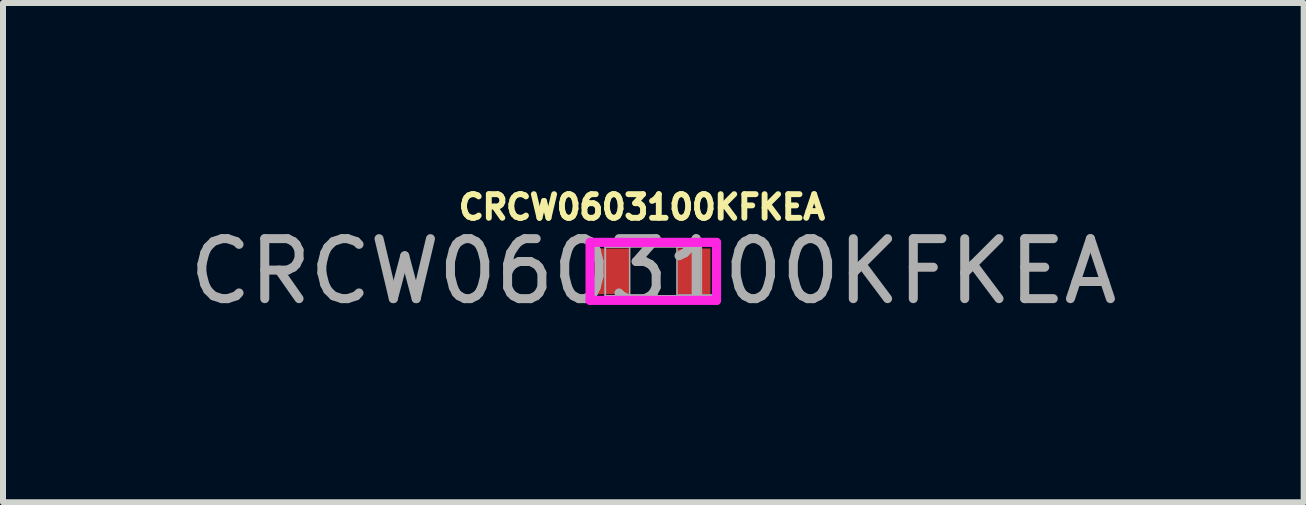
<source format=kicad_pcb>
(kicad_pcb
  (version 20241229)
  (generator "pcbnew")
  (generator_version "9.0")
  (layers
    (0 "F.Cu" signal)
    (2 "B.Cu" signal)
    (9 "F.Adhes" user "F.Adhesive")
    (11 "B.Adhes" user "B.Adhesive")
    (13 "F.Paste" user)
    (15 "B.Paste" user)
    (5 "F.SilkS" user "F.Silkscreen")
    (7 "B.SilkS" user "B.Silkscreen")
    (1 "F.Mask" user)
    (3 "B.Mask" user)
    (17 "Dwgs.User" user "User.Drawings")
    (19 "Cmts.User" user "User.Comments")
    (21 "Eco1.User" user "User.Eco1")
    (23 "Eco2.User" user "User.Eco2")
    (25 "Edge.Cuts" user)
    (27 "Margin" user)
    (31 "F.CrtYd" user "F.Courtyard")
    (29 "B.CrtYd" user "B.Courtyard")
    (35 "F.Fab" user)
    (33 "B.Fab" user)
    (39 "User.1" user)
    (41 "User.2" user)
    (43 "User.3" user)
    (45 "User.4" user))
  (footprint "CRCW0603100KFKEA"
    (layer "F.Cu")
    (at 7.839 1.473)
    (property "Reference" "CRCW0603100KFKEA" (at -0.19 -1.07 0) (layer "F.SilkS") (effects (font (size 0.394 0.394) (thickness 0.098))))
    (attr smd)
    (fp_line (start -1.054 -0.483) (end 1.054 -0.483) (stroke (width 0.152) (type solid)) (layer "F.CrtYd"))
    (fp_line (start -1.054 0.483) (end -1.054 -0.483) (stroke (width 0.152) (type solid)) (layer "F.CrtYd"))
    (fp_line (start 1.054 -0.483) (end 1.054 0.483) (stroke (width 0.152) (type solid)) (layer "F.CrtYd"))
    (fp_line (start 1.054 0.483) (end -1.054 0.483) (stroke (width 0.152) (type solid)) (layer "F.CrtYd"))
    (fp_line (start -0.8 -0.406) (end -0.8 0.406) (stroke (width 0.025) (type solid)) (layer "F.Fab"))
    (fp_line (start -0.8 -0.406) (end -0.8 0.406) (stroke (width 0.025) (type solid)) (layer "F.Fab"))
    (fp_line (start -0.8 0.406) (end -0.394 0.406) (stroke (width 0.025) (type solid)) (layer "F.Fab"))
    (fp_line (start -0.8 0.406) (end 0.8 0.406) (stroke (width 0.025) (type solid)) (layer "F.Fab"))
    (fp_line (start -0.394 -0.406) (end -0.8 -0.406) (stroke (width 0.025) (type solid)) (layer "F.Fab"))
    (fp_line (start -0.394 0.406) (end -0.394 -0.406) (stroke (width 0.025) (type solid)) (layer "F.Fab"))
    (fp_line (start 0.394 -0.406) (end 0.394 0.406) (stroke (width 0.025) (type solid)) (layer "F.Fab"))
    (fp_line (start 0.394 0.406) (end 0.8 0.406) (stroke (width 0.025) (type solid)) (layer "F.Fab"))
    (fp_line (start 0.8 -0.406) (end -0.8 -0.406) (stroke (width 0.025) (type solid)) (layer "F.Fab"))
    (fp_line (start 0.8 -0.406) (end 0.394 -0.406) (stroke (width 0.025) (type solid)) (layer "F.Fab"))
    (fp_line (start 0.8 0.406) (end 0.8 -0.406) (stroke (width 0.025) (type solid)) (layer "F.Fab"))
    (fp_line (start 0.8 0.406) (end 0.8 -0.406) (stroke (width 0.025) (type solid)) (layer "F.Fab"))
    (fp_text user "${REFERENCE}" (at 0 0 0) (unlocked yes) (layer "F.Fab") (effects (font (size 1 1) (thickness 0.15))))
    (pad "1" smd rect (at -0.673 0) (size 0.559 0.762) (layers "F.Cu" "F.Mask" "F.Paste"))
    (pad "2" smd rect (at 0.673 0) (size 0.559 0.762) (layers "F.Cu" "F.Mask" "F.Paste"))
    (zone (net_name "") (layer "F.Cu") (hatch full 0.508) (connect_pads) (min_thickness 0.254) (filled_areas_thickness no) (keepout (tracks not_allowed) (vias not_allowed) (pads allowed) (copperpour not_allowed) (footprints allowed)) (placement (enabled no)) (fill) (polygon (pts (xy 7.496 1.117) (xy 8.182 1.117) (xy 8.182 1.829) (xy 7.496 1.829)))))
  (gr_rect
    (start -3 -3)
    (end 18.679 5.321)
    (stroke (width 0.1) (type default))
    (fill no)
    (layer "Edge.Cuts")))
</source>
